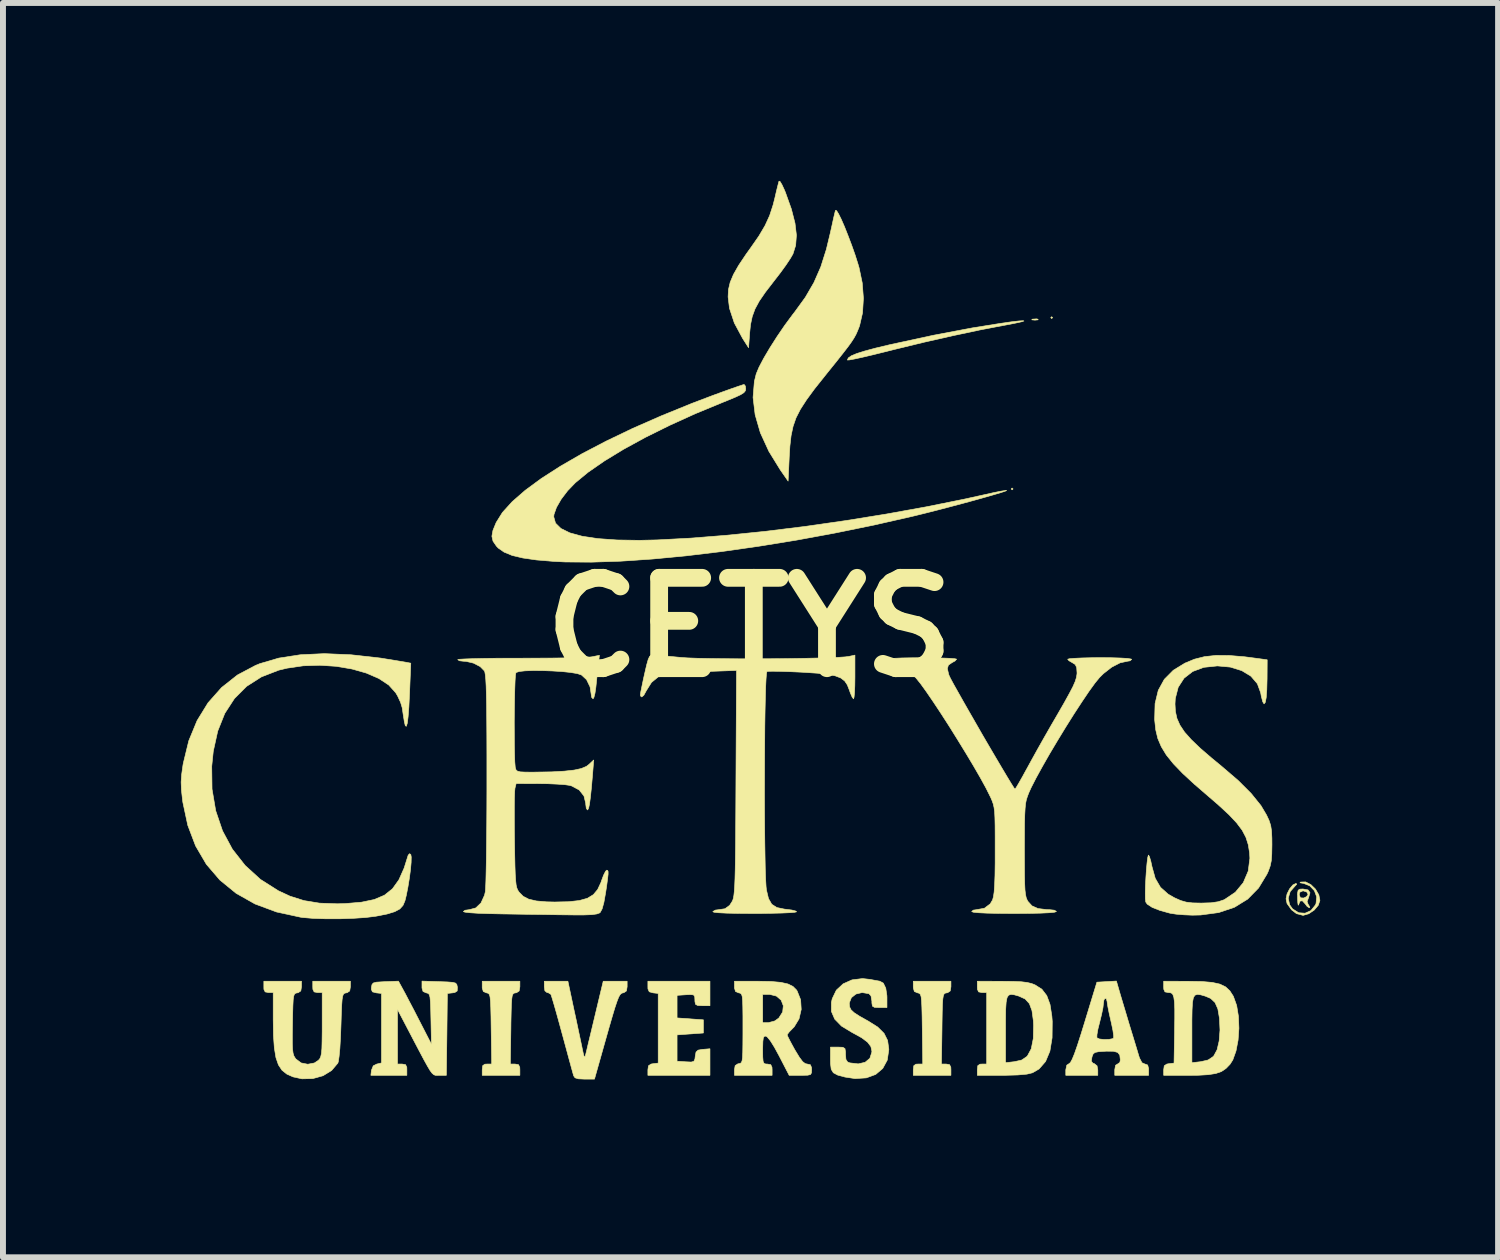
<source format=kicad_pcb>
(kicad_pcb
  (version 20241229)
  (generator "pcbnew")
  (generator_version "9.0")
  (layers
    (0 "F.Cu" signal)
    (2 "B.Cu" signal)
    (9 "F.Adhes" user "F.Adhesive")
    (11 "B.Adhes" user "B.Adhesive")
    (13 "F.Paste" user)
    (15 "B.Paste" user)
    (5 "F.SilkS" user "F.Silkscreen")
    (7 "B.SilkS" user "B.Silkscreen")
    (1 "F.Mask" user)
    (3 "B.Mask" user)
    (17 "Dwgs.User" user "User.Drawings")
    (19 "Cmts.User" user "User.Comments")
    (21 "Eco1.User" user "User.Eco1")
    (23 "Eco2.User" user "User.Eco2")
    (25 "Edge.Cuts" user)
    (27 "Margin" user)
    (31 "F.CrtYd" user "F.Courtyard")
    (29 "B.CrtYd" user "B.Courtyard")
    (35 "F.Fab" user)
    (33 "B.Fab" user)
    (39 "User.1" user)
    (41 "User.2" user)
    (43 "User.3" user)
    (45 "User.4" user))
  (footprint "CETYS"
    (layer "F.Cu")
    (at 9.591 7.53)
    (property "Reference" "CETYS" (at 0 0 0) (layer "F.SilkS") (effects (font (size 1.524 1.524) (thickness 0.3))))
    (attr through_hole)
    (fp_poly (pts (xy 4.445 -2.334) (xy 4.429 -2.318) (xy 4.413 -2.334) (xy 4.429 -2.349) (xy 4.445 -2.334)) (stroke (width 0.01) (type solid)) (fill yes) (layer "F.SilkS"))
    (fp_poly (pts (xy 5.112 -5.223) (xy 5.096 -5.207) (xy 5.08 -5.223) (xy 5.096 -5.239) (xy 5.112 -5.223)) (stroke (width 0.01) (type solid)) (fill yes) (layer "F.SilkS"))
    (fp_poly (pts (xy 4.866 -5.196) (xy 4.867 -5.186) (xy 4.818 -5.181) (xy 4.81 -5.181) (xy 4.761 -5.186) (xy 4.766 -5.196) (xy 4.771 -5.197) (xy 4.84 -5.202) (xy 4.866 -5.196)) (stroke (width 0.01) (type solid)) (fill yes) (layer "F.SilkS"))
    (fp_poly (pts (xy 4.628 -5.166) (xy 4.58 -5.151) (xy 4.47 -5.127) (xy 4.299 -5.094) (xy 4.286 -5.092) (xy 3.884 -5.015) (xy 3.433 -4.919) (xy 2.947 -4.809) (xy 2.437 -4.685) (xy 2.246 -4.637) (xy 2.063 -4.592) (xy 1.902 -4.554) (xy 1.774 -4.526) (xy 1.687 -4.51) (xy 1.651 -4.508) (xy 1.651 -4.508) (xy 1.666 -4.543) (xy 1.717 -4.579) (xy 1.807 -4.617) (xy 1.943 -4.66) (xy 2.13 -4.71) (xy 2.373 -4.768) (xy 2.397 -4.773) (xy 3.103 -4.926) (xy 3.759 -5.05) (xy 4.227 -5.125) (xy 4.414 -5.152) (xy 4.544 -5.167) (xy 4.616 -5.171) (xy 4.628 -5.166)) (stroke (width 0.01) (type solid)) (fill yes) (layer "F.SilkS"))
    (fp_poly (pts (xy 9.42 4.429) (xy 9.453 4.476) (xy 9.43 4.555) (xy 9.429 4.558) (xy 9.404 4.624) (xy 9.422 4.674) (xy 9.429 4.682) (xy 9.45 4.721) (xy 9.441 4.731) (xy 9.404 4.707) (xy 9.374 4.667) (xy 9.324 4.612) (xy 9.285 4.618) (xy 9.262 4.675) (xy 9.254 4.687) (xy 9.247 4.645) (xy 9.244 4.58) (xy 9.243 4.508) (xy 9.271 4.508) (xy 9.291 4.562) (xy 9.346 4.566) (xy 9.394 4.543) (xy 9.421 4.503) (xy 9.398 4.464) (xy 9.338 4.445) (xy 9.333 4.445) (xy 9.281 4.468) (xy 9.271 4.508) (xy 9.243 4.508) (xy 9.243 4.483) (xy 9.253 4.434) (xy 9.282 4.416) (xy 9.333 4.413) (xy 9.42 4.429)) (stroke (width 0.01) (type solid)) (fill yes) (layer "F.SilkS"))
    (fp_poly (pts (xy 9.467 4.339) (xy 9.546 4.416) (xy 9.602 4.513) (xy 9.62 4.605) (xy 9.593 4.687) (xy 9.524 4.769) (xy 9.432 4.831) (xy 9.338 4.858) (xy 9.335 4.858) (xy 9.225 4.829) (xy 9.142 4.765) (xy 9.066 4.659) (xy 9.049 4.579) (xy 9.066 4.496) (xy 9.109 4.411) (xy 9.164 4.345) (xy 9.217 4.319) (xy 9.218 4.319) (xy 9.229 4.334) (xy 9.205 4.359) (xy 9.119 4.457) (xy 9.086 4.568) (xy 9.109 4.679) (xy 9.158 4.748) (xy 9.261 4.814) (xy 9.369 4.822) (xy 9.468 4.778) (xy 9.543 4.684) (xy 9.555 4.657) (xy 9.566 4.547) (xy 9.527 4.442) (xy 9.449 4.36) (xy 9.344 4.318) (xy 9.319 4.315) (xy 9.284 4.308) (xy 9.296 4.296) (xy 9.379 4.294) (xy 9.467 4.339)) (stroke (width 0.01) (type solid)) (fill yes) (layer "F.SilkS"))
    (fp_poly (pts (xy -3.873 6.062) (xy -3.885 6.133) (xy -3.93 6.163) (xy -3.945 6.165) (xy -3.97 6.17) (xy -3.988 6.184) (xy -4.002 6.214) (xy -4.01 6.269) (xy -4.016 6.358) (xy -4.02 6.49) (xy -4.024 6.673) (xy -4.025 6.771) (xy -4.034 7.366) (xy -3.954 7.366) (xy -3.896 7.376) (xy -3.875 7.419) (xy -3.873 7.461) (xy -3.873 7.556) (xy -4.508 7.556) (xy -4.508 7.461) (xy -4.5 7.393) (xy -4.464 7.368) (xy -4.428 7.366) (xy -4.348 7.366) (xy -4.357 6.771) (xy -4.36 6.563) (xy -4.364 6.41) (xy -4.369 6.303) (xy -4.376 6.234) (xy -4.387 6.194) (xy -4.403 6.175) (xy -4.425 6.167) (xy -4.437 6.165) (xy -4.49 6.142) (xy -4.508 6.082) (xy -4.508 6.062) (xy -4.508 5.969) (xy -3.873 5.969) (xy -3.873 6.062)) (stroke (width 0.01) (type solid)) (fill yes) (layer "F.SilkS"))
    (fp_poly (pts (xy 3.397 6.062) (xy 3.385 6.133) (xy 3.341 6.163) (xy 3.326 6.165) (xy 3.301 6.17) (xy 3.282 6.184) (xy 3.269 6.214) (xy 3.26 6.269) (xy 3.254 6.358) (xy 3.25 6.49) (xy 3.247 6.673) (xy 3.246 6.771) (xy 3.237 7.366) (xy 3.317 7.366) (xy 3.374 7.376) (xy 3.395 7.419) (xy 3.397 7.461) (xy 3.397 7.556) (xy 2.762 7.556) (xy 2.762 7.461) (xy 2.771 7.393) (xy 2.807 7.368) (xy 2.842 7.366) (xy 2.922 7.366) (xy 2.914 6.771) (xy 2.911 6.563) (xy 2.907 6.41) (xy 2.902 6.303) (xy 2.895 6.234) (xy 2.883 6.194) (xy 2.867 6.175) (xy 2.845 6.167) (xy 2.834 6.165) (xy 2.78 6.142) (xy 2.763 6.082) (xy 2.762 6.062) (xy 2.762 5.969) (xy 3.397 5.969) (xy 3.397 6.062)) (stroke (width 0.01) (type solid)) (fill yes) (layer "F.SilkS"))
    (fp_poly (pts (xy -0.667 6.382) (xy -0.794 6.382) (xy -0.875 6.378) (xy -0.911 6.358) (xy -0.921 6.307) (xy -0.921 6.285) (xy -0.924 6.227) (xy -0.945 6.199) (xy -0.999 6.194) (xy -1.072 6.197) (xy -1.222 6.207) (xy -1.222 6.588) (xy -0.778 6.62) (xy -0.778 6.842) (xy -1.222 6.874) (xy -1.222 7.318) (xy -1.074 7.328) (xy -0.983 7.332) (xy -0.939 7.32) (xy -0.921 7.282) (xy -0.915 7.233) (xy -0.902 7.163) (xy -0.867 7.131) (xy -0.791 7.118) (xy -0.786 7.118) (xy -0.667 7.108) (xy -0.667 7.556) (xy -1.714 7.556) (xy -1.714 7.463) (xy -1.704 7.395) (xy -1.661 7.366) (xy -1.627 7.36) (xy -1.54 7.35) (xy -1.54 6.175) (xy -1.627 6.165) (xy -1.691 6.147) (xy -1.713 6.099) (xy -1.714 6.062) (xy -1.714 5.969) (xy -0.667 5.969) (xy -0.667 6.382)) (stroke (width 0.01) (type solid)) (fill yes) (layer "F.SilkS"))
    (fp_poly (pts (xy 0.514 -7.52) (xy 0.547 -7.466) (xy 0.59 -7.373) (xy 0.606 -7.334) (xy 0.706 -7.054) (xy 0.767 -6.816) (xy 0.791 -6.614) (xy 0.778 -6.441) (xy 0.733 -6.298) (xy 0.69 -6.223) (xy 0.617 -6.113) (xy 0.523 -5.983) (xy 0.418 -5.847) (xy 0.411 -5.838) (xy 0.269 -5.654) (xy 0.165 -5.503) (xy 0.093 -5.37) (xy 0.046 -5.242) (xy 0.017 -5.106) (xy 0.003 -4.97) (xy -0.016 -4.716) (xy -0.117 -4.874) (xy -0.256 -5.133) (xy -0.338 -5.381) (xy -0.361 -5.572) (xy -0.355 -5.696) (xy -0.326 -5.819) (xy -0.27 -5.952) (xy -0.183 -6.105) (xy -0.06 -6.289) (xy 0.018 -6.398) (xy 0.158 -6.599) (xy 0.262 -6.775) (xy 0.339 -6.943) (xy 0.398 -7.124) (xy 0.427 -7.239) (xy 0.455 -7.36) (xy 0.48 -7.46) (xy 0.496 -7.52) (xy 0.497 -7.525) (xy 0.514 -7.52)) (stroke (width 0.01) (type solid)) (fill yes) (layer "F.SilkS"))
    (fp_poly (pts (xy -2.96 6.453) (xy -2.92 6.637) (xy -2.883 6.813) (xy -2.85 6.967) (xy -2.826 7.081) (xy -2.82 7.112) (xy -2.799 7.208) (xy -2.785 7.248) (xy -2.773 7.238) (xy -2.76 7.191) (xy -2.745 7.13) (xy -2.719 7.019) (xy -2.683 6.871) (xy -2.641 6.696) (xy -2.602 6.533) (xy -2.467 5.969) (xy -2.064 5.969) (xy -2.064 6.062) (xy -2.076 6.133) (xy -2.12 6.163) (xy -2.135 6.165) (xy -2.159 6.173) (xy -2.182 6.195) (xy -2.207 6.238) (xy -2.235 6.31) (xy -2.271 6.417) (xy -2.316 6.567) (xy -2.374 6.767) (xy -2.411 6.898) (xy -2.615 7.62) (xy -2.782 7.62) (xy -2.886 7.615) (xy -2.942 7.598) (xy -2.966 7.564) (xy -2.979 7.518) (xy -3.006 7.42) (xy -3.044 7.281) (xy -3.09 7.111) (xy -3.142 6.92) (xy -3.157 6.865) (xy -3.21 6.671) (xy -3.258 6.498) (xy -3.299 6.355) (xy -3.33 6.251) (xy -3.348 6.196) (xy -3.35 6.19) (xy -3.396 6.162) (xy -3.415 6.16) (xy -3.451 6.131) (xy -3.461 6.064) (xy -3.461 5.969) (xy -3.063 5.969) (xy -2.96 6.453)) (stroke (width 0.01) (type solid)) (fill yes) (layer "F.SilkS"))
    (fp_poly (pts (xy 1.467 -7.029) (xy 1.501 -6.975) (xy 1.548 -6.88) (xy 1.603 -6.754) (xy 1.662 -6.605) (xy 1.723 -6.444) (xy 1.781 -6.28) (xy 1.831 -6.122) (xy 1.848 -6.064) (xy 1.901 -5.809) (xy 1.921 -5.549) (xy 1.906 -5.303) (xy 1.857 -5.09) (xy 1.848 -5.064) (xy 1.822 -4.999) (xy 1.796 -4.94) (xy 1.764 -4.882) (xy 1.721 -4.815) (xy 1.662 -4.733) (xy 1.58 -4.627) (xy 1.472 -4.49) (xy 1.33 -4.314) (xy 1.267 -4.235) (xy 1.094 -4.018) (xy 0.96 -3.835) (xy 0.858 -3.677) (xy 0.784 -3.532) (xy 0.734 -3.387) (xy 0.701 -3.232) (xy 0.681 -3.056) (xy 0.67 -2.876) (xy 0.651 -2.466) (xy 0.52 -2.654) (xy 0.326 -2.969) (xy 0.183 -3.281) (xy 0.095 -3.585) (xy 0.06 -3.876) (xy 0.082 -4.147) (xy 0.113 -4.273) (xy 0.16 -4.386) (xy 0.24 -4.538) (xy 0.344 -4.714) (xy 0.465 -4.904) (xy 0.596 -5.096) (xy 0.729 -5.276) (xy 0.762 -5.318) (xy 0.942 -5.566) (xy 1.086 -5.814) (xy 1.202 -6.078) (xy 1.296 -6.374) (xy 1.363 -6.652) (xy 1.394 -6.792) (xy 1.421 -6.915) (xy 1.442 -7.002) (xy 1.45 -7.032) (xy 1.467 -7.029)) (stroke (width 0.01) (type solid)) (fill yes) (layer "F.SilkS"))
    (fp_poly (pts (xy 4.262 5.97) (xy 4.448 5.972) (xy 4.584 5.978) (xy 4.683 5.99) (xy 4.761 6.009) (xy 4.816 6.031) (xy 4.931 6.104) (xy 5.013 6.211) (xy 5.068 6.359) (xy 5.099 6.556) (xy 5.106 6.648) (xy 5.103 6.924) (xy 5.066 7.149) (xy 4.993 7.323) (xy 4.883 7.449) (xy 4.773 7.513) (xy 4.678 7.536) (xy 4.523 7.55) (xy 4.306 7.556) (xy 4.256 7.556) (xy 3.842 7.556) (xy 3.842 7.461) (xy 3.85 7.393) (xy 3.887 7.368) (xy 3.921 7.366) (xy 4 7.366) (xy 4 6.782) (xy 4.318 6.782) (xy 4.318 7.343) (xy 4.468 7.326) (xy 4.591 7.298) (xy 4.676 7.24) (xy 4.688 7.227) (xy 4.752 7.108) (xy 4.786 6.936) (xy 4.791 6.711) (xy 4.787 6.634) (xy 4.764 6.465) (xy 4.72 6.346) (xy 4.648 6.268) (xy 4.543 6.22) (xy 4.466 6.198) (xy 4.409 6.191) (xy 4.369 6.205) (xy 4.343 6.247) (xy 4.328 6.326) (xy 4.32 6.449) (xy 4.318 6.622) (xy 4.318 6.782) (xy 4 6.782) (xy 4 6.16) (xy 3.921 6.16) (xy 3.864 6.149) (xy 3.844 6.106) (xy 3.842 6.064) (xy 3.842 5.969) (xy 4.262 5.97)) (stroke (width 0.01) (type solid)) (fill yes) (layer "F.SilkS"))
    (fp_poly (pts (xy 7.406 5.97) (xy 7.632 5.974) (xy 7.804 5.989) (xy 7.934 6.018) (xy 8.029 6.064) (xy 8.101 6.131) (xy 8.159 6.221) (xy 8.162 6.228) (xy 8.216 6.378) (xy 8.246 6.562) (xy 8.254 6.762) (xy 8.24 6.962) (xy 8.205 7.145) (xy 8.151 7.296) (xy 8.103 7.371) (xy 8.035 7.441) (xy 7.959 7.492) (xy 7.864 7.525) (xy 7.738 7.545) (xy 7.569 7.555) (xy 7.399 7.556) (xy 6.985 7.556) (xy 6.985 7.463) (xy 6.995 7.395) (xy 7.038 7.366) (xy 7.072 7.36) (xy 7.16 7.35) (xy 7.169 6.826) (xy 7.169 6.782) (xy 7.461 6.782) (xy 7.461 7.343) (xy 7.611 7.326) (xy 7.735 7.297) (xy 7.819 7.24) (xy 7.831 7.227) (xy 7.886 7.125) (xy 7.921 6.976) (xy 7.935 6.793) (xy 7.926 6.594) (xy 7.899 6.436) (xy 7.851 6.328) (xy 7.776 6.258) (xy 7.686 6.22) (xy 7.609 6.198) (xy 7.553 6.191) (xy 7.512 6.205) (xy 7.486 6.247) (xy 7.471 6.326) (xy 7.464 6.449) (xy 7.461 6.622) (xy 7.461 6.782) (xy 7.169 6.782) (xy 7.172 6.604) (xy 7.172 6.437) (xy 7.167 6.318) (xy 7.156 6.239) (xy 7.139 6.191) (xy 7.113 6.167) (xy 7.078 6.16) (xy 7.064 6.16) (xy 7.007 6.149) (xy 6.987 6.105) (xy 6.985 6.064) (xy 6.985 5.969) (xy 7.406 5.97)) (stroke (width 0.01) (type solid)) (fill yes) (layer "F.SilkS"))
    (fp_poly (pts (xy -5.231 5.976) (xy -5.093 5.981) (xy -5.007 5.988) (xy -4.959 6) (xy -4.937 6.023) (xy -4.929 6.059) (xy -4.927 6.07) (xy -4.93 6.133) (xy -4.97 6.159) (xy -5.007 6.165) (xy -5.096 6.175) (xy -5.104 6.866) (xy -5.113 7.556) (xy -5.231 7.556) (xy -5.268 7.557) (xy -5.298 7.556) (xy -5.324 7.546) (xy -5.353 7.521) (xy -5.387 7.476) (xy -5.431 7.402) (xy -5.49 7.296) (xy -5.568 7.149) (xy -5.67 6.955) (xy -5.733 6.834) (xy -5.937 6.445) (xy -5.937 7.366) (xy -5.858 7.366) (xy -5.801 7.376) (xy -5.78 7.42) (xy -5.779 7.461) (xy -5.779 7.556) (xy -6.386 7.556) (xy -6.376 7.47) (xy -6.346 7.396) (xy -6.287 7.366) (xy -6.207 7.347) (xy -6.207 6.175) (xy -6.296 6.165) (xy -6.36 6.148) (xy -6.378 6.105) (xy -6.376 6.07) (xy -6.367 6.025) (xy -6.345 5.999) (xy -6.294 5.985) (xy -6.2 5.979) (xy -6.144 5.976) (xy -5.921 5.968) (xy -5.847 6.103) (xy -5.804 6.182) (xy -5.741 6.303) (xy -5.664 6.449) (xy -5.583 6.607) (xy -5.568 6.636) (xy -5.364 7.033) (xy -5.373 6.604) (xy -5.377 6.432) (xy -5.382 6.313) (xy -5.389 6.237) (xy -5.401 6.194) (xy -5.42 6.174) (xy -5.447 6.166) (xy -5.453 6.165) (xy -5.506 6.142) (xy -5.524 6.083) (xy -5.524 6.061) (xy -5.524 5.967) (xy -5.231 5.976)) (stroke (width 0.01) (type solid)) (fill yes) (layer "F.SilkS"))
    (fp_poly (pts (xy 2.032 5.938) (xy 2.122 5.955) (xy 2.184 5.966) (xy 2.196 5.968) (xy 2.257 6.001) (xy 2.298 6.086) (xy 2.317 6.212) (xy 2.318 6.241) (xy 2.318 6.413) (xy 2.191 6.413) (xy 2.109 6.41) (xy 2.073 6.389) (xy 2.064 6.336) (xy 2.064 6.306) (xy 2.049 6.216) (xy 2.014 6.179) (xy 1.899 6.16) (xy 1.795 6.185) (xy 1.718 6.246) (xy 1.683 6.334) (xy 1.683 6.348) (xy 1.689 6.404) (xy 1.713 6.452) (xy 1.766 6.501) (xy 1.856 6.559) (xy 1.993 6.636) (xy 1.997 6.638) (xy 2.161 6.741) (xy 2.269 6.848) (xy 2.329 6.968) (xy 2.349 7.113) (xy 2.349 7.125) (xy 2.323 7.3) (xy 2.247 7.44) (xy 2.128 7.541) (xy 1.97 7.599) (xy 1.78 7.611) (xy 1.609 7.585) (xy 1.487 7.552) (xy 1.414 7.513) (xy 1.378 7.454) (xy 1.366 7.357) (xy 1.365 7.286) (xy 1.365 7.08) (xy 1.492 7.08) (xy 1.574 7.083) (xy 1.61 7.105) (xy 1.619 7.162) (xy 1.619 7.204) (xy 1.626 7.288) (xy 1.654 7.331) (xy 1.691 7.346) (xy 1.834 7.363) (xy 1.95 7.336) (xy 2.03 7.269) (xy 2.063 7.166) (xy 2.064 7.149) (xy 2.047 7.071) (xy 1.992 6.998) (xy 1.891 6.922) (xy 1.737 6.837) (xy 1.726 6.831) (xy 1.551 6.725) (xy 1.437 6.608) (xy 1.381 6.478) (xy 1.381 6.328) (xy 1.395 6.264) (xy 1.464 6.12) (xy 1.579 6.013) (xy 1.729 5.946) (xy 1.906 5.924) (xy 2.032 5.938)) (stroke (width 0.01) (type solid)) (fill yes) (layer "F.SilkS"))
    (fp_poly (pts (xy -7.556 6.062) (xy -7.568 6.133) (xy -7.613 6.163) (xy -7.628 6.165) (xy -7.655 6.171) (xy -7.674 6.186) (xy -7.687 6.219) (xy -7.696 6.281) (xy -7.701 6.379) (xy -7.705 6.524) (xy -7.708 6.686) (xy -7.711 6.879) (xy -7.711 7.018) (xy -7.707 7.116) (xy -7.698 7.183) (xy -7.684 7.229) (xy -7.662 7.265) (xy -7.65 7.281) (xy -7.562 7.347) (xy -7.45 7.369) (xy -7.339 7.348) (xy -7.271 7.303) (xy -7.247 7.275) (xy -7.231 7.239) (xy -7.219 7.184) (xy -7.212 7.101) (xy -7.209 6.98) (xy -7.207 6.81) (xy -7.207 6.699) (xy -7.207 6.16) (xy -7.287 6.16) (xy -7.343 6.149) (xy -7.364 6.106) (xy -7.366 6.064) (xy -7.366 5.969) (xy -6.731 5.969) (xy -6.731 6.062) (xy -6.743 6.133) (xy -6.787 6.163) (xy -6.802 6.165) (xy -6.828 6.171) (xy -6.847 6.185) (xy -6.861 6.218) (xy -6.871 6.277) (xy -6.878 6.371) (xy -6.884 6.511) (xy -6.89 6.703) (xy -6.891 6.731) (xy -6.899 6.93) (xy -6.909 7.102) (xy -6.922 7.237) (xy -6.935 7.325) (xy -6.943 7.35) (xy -7.048 7.474) (xy -7.193 7.563) (xy -7.365 7.611) (xy -7.548 7.615) (xy -7.699 7.582) (xy -7.804 7.535) (xy -7.885 7.47) (xy -7.945 7.38) (xy -7.987 7.258) (xy -8.014 7.094) (xy -8.029 6.883) (xy -8.033 6.618) (xy -8.033 6.16) (xy -8.112 6.16) (xy -8.169 6.149) (xy -8.19 6.106) (xy -8.191 6.064) (xy -8.191 5.969) (xy -7.556 5.969) (xy -7.556 6.062)) (stroke (width 0.01) (type solid)) (fill yes) (layer "F.SilkS"))
    (fp_poly (pts (xy 6.255 6.198) (xy 6.294 6.328) (xy 6.346 6.501) (xy 6.404 6.696) (xy 6.465 6.895) (xy 6.521 7.079) (xy 6.566 7.229) (xy 6.577 7.263) (xy 6.619 7.344) (xy 6.67 7.366) (xy 6.715 7.382) (xy 6.731 7.441) (xy 6.731 7.461) (xy 6.731 7.556) (xy 6.16 7.556) (xy 6.16 7.461) (xy 6.174 7.386) (xy 6.207 7.366) (xy 6.246 7.339) (xy 6.254 7.295) (xy 6.245 7.216) (xy 6.21 7.17) (xy 6.138 7.15) (xy 6.016 7.149) (xy 6 7.15) (xy 5.89 7.157) (xy 5.827 7.17) (xy 5.795 7.196) (xy 5.777 7.242) (xy 5.775 7.25) (xy 5.765 7.318) (xy 5.79 7.35) (xy 5.812 7.357) (xy 5.861 7.395) (xy 5.874 7.465) (xy 5.874 7.556) (xy 5.334 7.556) (xy 5.334 7.464) (xy 5.351 7.385) (xy 5.388 7.36) (xy 5.412 7.341) (xy 5.442 7.286) (xy 5.481 7.191) (xy 5.53 7.051) (xy 5.572 6.92) (xy 5.858 6.92) (xy 5.859 6.923) (xy 5.901 6.943) (xy 5.977 6.952) (xy 6.061 6.95) (xy 6.125 6.938) (xy 6.141 6.926) (xy 6.141 6.885) (xy 6.129 6.799) (xy 6.105 6.683) (xy 6.095 6.639) (xy 6.066 6.511) (xy 6.044 6.401) (xy 6.033 6.328) (xy 6.032 6.316) (xy 6.019 6.266) (xy 6.001 6.255) (xy 5.978 6.282) (xy 5.969 6.343) (xy 5.961 6.417) (xy 5.938 6.528) (xy 5.907 6.654) (xy 5.905 6.662) (xy 5.876 6.777) (xy 5.86 6.869) (xy 5.858 6.92) (xy 5.572 6.92) (xy 5.592 6.858) (xy 5.651 6.667) (xy 5.859 5.985) (xy 6.188 5.966) (xy 6.255 6.198)) (stroke (width 0.01) (type solid)) (fill yes) (layer "F.SilkS"))
    (fp_poly (pts (xy -0.07 -4.069) (xy -0.064 -4.022) (xy -0.07 -3.989) (xy -0.095 -3.958) (xy -0.148 -3.924) (xy -0.238 -3.882) (xy -0.375 -3.825) (xy -0.452 -3.794) (xy -0.912 -3.604) (xy -1.348 -3.406) (xy -1.754 -3.205) (xy -2.122 -3.004) (xy -2.447 -2.806) (xy -2.723 -2.615) (xy -2.938 -2.438) (xy -3.067 -2.304) (xy -3.176 -2.161) (xy -3.256 -2.022) (xy -3.298 -1.903) (xy -3.302 -1.864) (xy -3.272 -1.757) (xy -3.181 -1.667) (xy -3.031 -1.593) (xy -2.823 -1.536) (xy -2.557 -1.496) (xy -2.235 -1.473) (xy -1.858 -1.467) (xy -1.556 -1.474) (xy -0.991 -1.504) (xy -0.378 -1.553) (xy 0.27 -1.619) (xy 0.942 -1.702) (xy 1.624 -1.8) (xy 2.306 -1.91) (xy 2.975 -2.031) (xy 3.619 -2.161) (xy 3.981 -2.241) (xy 4.12 -2.272) (xy 4.234 -2.295) (xy 4.312 -2.307) (xy 4.338 -2.308) (xy 4.313 -2.296) (xy 4.236 -2.271) (xy 4.115 -2.235) (xy 3.959 -2.19) (xy 3.777 -2.139) (xy 3.578 -2.085) (xy 3.371 -2.03) (xy 3.164 -1.976) (xy 2.967 -1.926) (xy 2.789 -1.882) (xy 2.747 -1.872) (xy 2.096 -1.724) (xy 1.441 -1.59) (xy 0.79 -1.47) (xy 0.149 -1.366) (xy -0.474 -1.277) (xy -1.074 -1.205) (xy -1.644 -1.151) (xy -2.177 -1.115) (xy -2.666 -1.099) (xy -3.106 -1.102) (xy -3.304 -1.112) (xy -3.592 -1.136) (xy -3.822 -1.169) (xy -4.003 -1.212) (xy -4.139 -1.268) (xy -4.238 -1.337) (xy -4.269 -1.37) (xy -4.326 -1.453) (xy -4.345 -1.536) (xy -4.327 -1.635) (xy -4.273 -1.767) (xy -4.167 -1.937) (xy -4.002 -2.119) (xy -3.782 -2.311) (xy -3.51 -2.511) (xy -3.189 -2.717) (xy -2.824 -2.928) (xy -2.416 -3.141) (xy -1.97 -3.355) (xy -1.489 -3.566) (xy -0.976 -3.775) (xy -0.631 -3.906) (xy -0.462 -3.968) (xy -0.312 -4.022) (xy -0.194 -4.063) (xy -0.116 -4.089) (xy -0.091 -4.096) (xy -0.07 -4.069)) (stroke (width 0.01) (type solid)) (fill yes) (layer "F.SilkS"))
    (fp_poly (pts (xy 0.362 5.973) (xy 0.527 5.988) (xy 0.648 6.015) (xy 0.733 6.057) (xy 0.792 6.116) (xy 0.803 6.133) (xy 0.862 6.281) (xy 0.872 6.445) (xy 0.835 6.604) (xy 0.754 6.738) (xy 0.727 6.765) (xy 0.669 6.825) (xy 0.637 6.868) (xy 0.635 6.875) (xy 0.65 6.911) (xy 0.689 6.988) (xy 0.745 7.091) (xy 0.768 7.132) (xy 0.841 7.252) (xy 0.896 7.325) (xy 0.941 7.359) (xy 0.975 7.366) (xy 1.027 7.378) (xy 1.046 7.425) (xy 1.048 7.461) (xy 1.045 7.514) (xy 1.028 7.543) (xy 0.98 7.554) (xy 0.887 7.556) (xy 0.858 7.556) (xy 0.669 7.556) (xy 0.501 7.231) (xy 0.42 7.082) (xy 0.351 6.972) (xy 0.298 6.908) (xy 0.278 6.895) (xy 0.249 6.897) (xy 0.233 6.924) (xy 0.225 6.987) (xy 0.222 7.1) (xy 0.222 7.126) (xy 0.223 7.247) (xy 0.229 7.319) (xy 0.244 7.354) (xy 0.273 7.365) (xy 0.302 7.366) (xy 0.358 7.376) (xy 0.379 7.42) (xy 0.381 7.461) (xy 0.381 7.556) (xy -0.254 7.556) (xy -0.254 7.463) (xy -0.242 7.392) (xy -0.198 7.363) (xy -0.183 7.36) (xy -0.157 7.355) (xy -0.139 7.342) (xy -0.126 7.313) (xy -0.118 7.258) (xy -0.114 7.17) (xy -0.112 7.039) (xy -0.111 6.856) (xy -0.111 6.763) (xy -0.111 6.557) (xy -0.113 6.405) (xy -0.116 6.3) (xy -0.122 6.232) (xy -0.133 6.193) (xy -0.135 6.191) (xy 0.222 6.191) (xy 0.222 6.668) (xy 0.319 6.668) (xy 0.428 6.638) (xy 0.494 6.59) (xy 0.559 6.488) (xy 0.57 6.383) (xy 0.534 6.289) (xy 0.455 6.22) (xy 0.341 6.191) (xy 0.333 6.191) (xy 0.222 6.191) (xy -0.135 6.191) (xy -0.149 6.174) (xy -0.171 6.167) (xy -0.183 6.165) (xy -0.236 6.142) (xy -0.254 6.082) (xy -0.254 6.062) (xy -0.254 5.969) (xy 0.144 5.969) (xy 0.362 5.973)) (stroke (width 0.01) (type solid)) (fill yes) (layer "F.SilkS"))
    (fp_poly (pts (xy -6.72 0.463) (xy -6.221 0.519) (xy -5.785 0.591) (xy -5.713 0.605) (xy -5.734 1.12) (xy -5.745 1.342) (xy -5.758 1.508) (xy -5.772 1.618) (xy -5.788 1.669) (xy -5.805 1.66) (xy -5.822 1.59) (xy -5.824 1.576) (xy -5.842 1.463) (xy -5.858 1.355) (xy -5.885 1.266) (xy -5.935 1.158) (xy -5.967 1.104) (xy -6.084 0.974) (xy -6.252 0.863) (xy -6.462 0.772) (xy -6.705 0.703) (xy -6.969 0.658) (xy -7.246 0.64) (xy -7.526 0.649) (xy -7.799 0.689) (xy -7.941 0.723) (xy -8.232 0.836) (xy -8.481 0.995) (xy -8.687 1.201) (xy -8.85 1.452) (xy -8.969 1.75) (xy -9.044 2.091) (xy -9.07 2.344) (xy -9.065 2.729) (xy -9.003 3.094) (xy -8.888 3.433) (xy -8.722 3.742) (xy -8.507 4.016) (xy -8.248 4.252) (xy -7.945 4.444) (xy -7.751 4.534) (xy -7.515 4.609) (xy -7.252 4.652) (xy -6.95 4.663) (xy -6.815 4.659) (xy -6.545 4.636) (xy -6.329 4.591) (xy -6.157 4.518) (xy -6.021 4.409) (xy -5.913 4.258) (xy -5.825 4.06) (xy -5.757 3.844) (xy -5.734 3.818) (xy -5.713 3.831) (xy -5.705 3.874) (xy -5.707 3.965) (xy -5.718 4.089) (xy -5.737 4.232) (xy -5.761 4.38) (xy -5.788 4.518) (xy -5.811 4.612) (xy -5.844 4.69) (xy -5.898 4.75) (xy -5.984 4.796) (xy -6.112 4.835) (xy -6.293 4.871) (xy -6.304 4.873) (xy -6.471 4.894) (xy -6.68 4.908) (xy -6.911 4.916) (xy -7.144 4.916) (xy -7.36 4.909) (xy -7.537 4.894) (xy -7.572 4.889) (xy -7.977 4.801) (xy -8.34 4.666) (xy -8.659 4.486) (xy -8.933 4.262) (xy -9.161 3.996) (xy -9.342 3.687) (xy -9.474 3.339) (xy -9.557 2.951) (xy -9.563 2.906) (xy -9.581 2.742) (xy -9.586 2.61) (xy -9.577 2.48) (xy -9.555 2.324) (xy -9.549 2.291) (xy -9.457 1.914) (xy -9.317 1.574) (xy -9.132 1.273) (xy -8.904 1.016) (xy -8.636 0.804) (xy -8.33 0.642) (xy -8.259 0.613) (xy -7.939 0.519) (xy -7.577 0.463) (xy -7.171 0.444) (xy -6.72 0.463)) (stroke (width 0.01) (type solid)) (fill yes) (layer "F.SilkS"))
    (fp_poly (pts (xy 8.087 0.475) (xy 8.351 0.497) (xy 8.58 0.527) (xy 8.731 0.548) (xy 8.729 0.869) (xy 8.724 1.054) (xy 8.714 1.188) (xy 8.698 1.267) (xy 8.678 1.291) (xy 8.656 1.256) (xy 8.631 1.16) (xy 8.621 1.103) (xy 8.565 0.951) (xy 8.457 0.825) (xy 8.303 0.731) (xy 8.11 0.671) (xy 7.89 0.651) (xy 7.662 0.675) (xy 7.474 0.745) (xy 7.329 0.858) (xy 7.23 1.011) (xy 7.181 1.201) (xy 7.176 1.293) (xy 7.183 1.42) (xy 7.209 1.537) (xy 7.259 1.65) (xy 7.337 1.767) (xy 7.45 1.894) (xy 7.601 2.039) (xy 7.796 2.207) (xy 7.96 2.342) (xy 8.24 2.582) (xy 8.461 2.803) (xy 8.625 3.006) (xy 8.72 3.166) (xy 8.763 3.259) (xy 8.79 3.342) (xy 8.804 3.434) (xy 8.81 3.556) (xy 8.811 3.667) (xy 8.808 3.824) (xy 8.8 3.937) (xy 8.781 4.027) (xy 8.749 4.115) (xy 8.727 4.163) (xy 8.585 4.397) (xy 8.402 4.584) (xy 8.178 4.722) (xy 7.913 4.811) (xy 7.608 4.852) (xy 7.468 4.855) (xy 7.329 4.849) (xy 7.196 4.838) (xy 7.098 4.823) (xy 7.096 4.823) (xy 6.925 4.776) (xy 6.792 4.724) (xy 6.708 4.669) (xy 6.683 4.633) (xy 6.676 4.579) (xy 6.675 4.482) (xy 6.678 4.359) (xy 6.685 4.223) (xy 6.694 4.088) (xy 6.705 3.97) (xy 6.716 3.884) (xy 6.727 3.843) (xy 6.73 3.842) (xy 6.746 3.87) (xy 6.768 3.945) (xy 6.788 4.037) (xy 6.843 4.234) (xy 6.931 4.385) (xy 7.061 4.501) (xy 7.166 4.561) (xy 7.271 4.608) (xy 7.365 4.635) (xy 7.472 4.648) (xy 7.618 4.651) (xy 7.62 4.651) (xy 7.785 4.646) (xy 7.906 4.628) (xy 8.001 4.596) (xy 8.013 4.59) (xy 8.194 4.468) (xy 8.328 4.306) (xy 8.411 4.112) (xy 8.439 3.895) (xy 8.434 3.805) (xy 8.412 3.667) (xy 8.372 3.542) (xy 8.309 3.422) (xy 8.215 3.297) (xy 8.086 3.16) (xy 7.915 3.002) (xy 7.751 2.86) (xy 7.504 2.647) (xy 7.305 2.463) (xy 7.149 2.301) (xy 7.03 2.153) (xy 6.945 2.013) (xy 6.886 1.874) (xy 6.851 1.728) (xy 6.834 1.569) (xy 6.833 1.551) (xy 6.84 1.286) (xy 6.894 1.063) (xy 6.996 0.877) (xy 7.148 0.724) (xy 7.344 0.604) (xy 7.503 0.538) (xy 7.673 0.495) (xy 7.864 0.474) (xy 8.087 0.475)) (stroke (width 0.01) (type solid)) (fill yes) (layer "F.SilkS"))
    (fp_poly (pts (xy -1.618 0.466) (xy -1.556 0.471) (xy -1.447 0.481) (xy -1.306 0.494) (xy -1.159 0.508) (xy -1.045 0.516) (xy -0.883 0.522) (xy -0.682 0.526) (xy -0.449 0.529) (xy -0.193 0.531) (xy 0.076 0.531) (xy 0.35 0.53) (xy 0.621 0.528) (xy 0.879 0.524) (xy 1.116 0.519) (xy 1.323 0.514) (xy 1.492 0.507) (xy 1.614 0.499) (xy 1.675 0.491) (xy 1.778 0.469) (xy 1.778 0.838) (xy 1.776 0.982) (xy 1.771 1.1) (xy 1.763 1.179) (xy 1.754 1.206) (xy 1.732 1.179) (xy 1.701 1.108) (xy 1.683 1.056) (xy 1.649 0.97) (xy 1.605 0.905) (xy 1.54 0.855) (xy 1.447 0.819) (xy 1.317 0.793) (xy 1.142 0.774) (xy 0.914 0.759) (xy 0.859 0.756) (xy 0.681 0.748) (xy 0.523 0.743) (xy 0.399 0.741) (xy 0.318 0.742) (xy 0.294 0.745) (xy 0.286 0.779) (xy 0.279 0.869) (xy 0.272 1.009) (xy 0.267 1.193) (xy 0.262 1.412) (xy 0.258 1.661) (xy 0.256 1.932) (xy 0.254 2.218) (xy 0.253 2.514) (xy 0.252 2.811) (xy 0.253 3.103) (xy 0.255 3.384) (xy 0.258 3.646) (xy 0.262 3.882) (xy 0.266 4.087) (xy 0.272 4.252) (xy 0.279 4.371) (xy 0.285 4.428) (xy 0.32 4.575) (xy 0.375 4.671) (xy 0.461 4.726) (xy 0.59 4.753) (xy 0.617 4.756) (xy 0.713 4.768) (xy 0.778 4.785) (xy 0.794 4.798) (xy 0.763 4.806) (xy 0.679 4.813) (xy 0.548 4.819) (xy 0.381 4.823) (xy 0.186 4.826) (xy 0.078 4.826) (xy -0.181 4.825) (xy -0.382 4.821) (xy -0.522 4.814) (xy -0.601 4.805) (xy -0.619 4.794) (xy -0.575 4.769) (xy -0.525 4.763) (xy -0.413 4.746) (xy -0.335 4.689) (xy -0.293 4.624) (xy -0.281 4.598) (xy -0.271 4.564) (xy -0.263 4.516) (xy -0.256 4.45) (xy -0.25 4.359) (xy -0.245 4.24) (xy -0.241 4.087) (xy -0.238 3.896) (xy -0.235 3.661) (xy -0.233 3.377) (xy -0.231 3.041) (xy -0.229 2.646) (xy -0.229 2.625) (xy -0.219 0.727) (xy -0.737 0.746) (xy -0.923 0.753) (xy -1.097 0.762) (xy -1.245 0.77) (xy -1.352 0.778) (xy -1.388 0.781) (xy -1.531 0.829) (xy -1.653 0.929) (xy -1.742 1.071) (xy -1.745 1.077) (xy -1.783 1.146) (xy -1.818 1.175) (xy -1.839 1.157) (xy -1.841 1.135) (xy -1.834 1.089) (xy -1.815 0.996) (xy -1.789 0.871) (xy -1.768 0.778) (xy -1.735 0.635) (xy -1.709 0.543) (xy -1.686 0.492) (xy -1.661 0.469) (xy -1.627 0.465) (xy -1.618 0.466)) (stroke (width 0.01) (type solid)) (fill yes) (layer "F.SilkS"))
    (fp_poly (pts (xy 6.103 0.513) (xy 6.262 0.518) (xy 6.375 0.525) (xy 6.437 0.535) (xy 6.445 0.541) (xy 6.418 0.565) (xy 6.374 0.572) (xy 6.25 0.599) (xy 6.11 0.671) (xy 5.97 0.78) (xy 5.904 0.845) (xy 5.827 0.939) (xy 5.725 1.08) (xy 5.605 1.258) (xy 5.472 1.462) (xy 5.333 1.683) (xy 5.194 1.911) (xy 5.06 2.136) (xy 4.938 2.35) (xy 4.833 2.541) (xy 4.751 2.701) (xy 4.709 2.794) (xy 4.687 2.852) (xy 4.669 2.908) (xy 4.656 2.973) (xy 4.648 3.054) (xy 4.642 3.162) (xy 4.638 3.305) (xy 4.637 3.493) (xy 4.636 3.735) (xy 4.636 3.747) (xy 4.637 3.992) (xy 4.638 4.182) (xy 4.641 4.325) (xy 4.646 4.43) (xy 4.655 4.505) (xy 4.666 4.558) (xy 4.682 4.598) (xy 4.696 4.623) (xy 4.764 4.698) (xy 4.865 4.743) (xy 5.011 4.761) (xy 5.068 4.763) (xy 5.14 4.771) (xy 5.175 4.791) (xy 5.175 4.794) (xy 5.144 4.805) (xy 5.053 4.814) (xy 4.904 4.821) (xy 4.701 4.825) (xy 4.461 4.826) (xy 4.21 4.825) (xy 4.009 4.821) (xy 3.863 4.814) (xy 3.775 4.805) (xy 3.747 4.794) (xy 3.774 4.77) (xy 3.824 4.763) (xy 3.962 4.738) (xy 4.06 4.664) (xy 4.099 4.598) (xy 4.114 4.545) (xy 4.126 4.463) (xy 4.134 4.346) (xy 4.14 4.185) (xy 4.143 3.974) (xy 4.143 3.762) (xy 4.143 3.529) (xy 4.142 3.349) (xy 4.139 3.213) (xy 4.134 3.113) (xy 4.124 3.037) (xy 4.11 2.977) (xy 4.091 2.924) (xy 4.066 2.866) (xy 4.057 2.848) (xy 3.988 2.71) (xy 3.893 2.537) (xy 3.778 2.338) (xy 3.648 2.121) (xy 3.51 1.896) (xy 3.369 1.67) (xy 3.23 1.454) (xy 3.099 1.256) (xy 2.982 1.085) (xy 2.884 0.949) (xy 2.81 0.858) (xy 2.8 0.847) (xy 2.678 0.736) (xy 2.554 0.646) (xy 2.442 0.589) (xy 2.367 0.572) (xy 2.324 0.556) (xy 2.318 0.542) (xy 2.348 0.532) (xy 2.434 0.523) (xy 2.569 0.517) (xy 2.743 0.514) (xy 2.905 0.513) (xy 3.09 0.514) (xy 3.252 0.518) (xy 3.379 0.523) (xy 3.463 0.53) (xy 3.493 0.537) (xy 3.467 0.567) (xy 3.413 0.597) (xy 3.354 0.638) (xy 3.337 0.697) (xy 3.358 0.79) (xy 3.367 0.815) (xy 3.39 0.863) (xy 3.44 0.956) (xy 3.512 1.084) (xy 3.601 1.242) (xy 3.703 1.421) (xy 3.814 1.614) (xy 3.928 1.813) (xy 4.043 2.01) (xy 4.153 2.197) (xy 4.254 2.368) (xy 4.341 2.514) (xy 4.41 2.628) (xy 4.457 2.703) (xy 4.477 2.729) (xy 4.477 2.729) (xy 4.497 2.703) (xy 4.54 2.631) (xy 4.601 2.524) (xy 4.672 2.394) (xy 4.678 2.384) (xy 4.755 2.243) (xy 4.854 2.064) (xy 4.968 1.862) (xy 5.087 1.654) (xy 5.193 1.472) (xy 5.308 1.272) (xy 5.393 1.118) (xy 5.454 1.002) (xy 5.493 0.913) (xy 5.514 0.845) (xy 5.523 0.788) (xy 5.524 0.769) (xy 5.518 0.678) (xy 5.493 0.627) (xy 5.445 0.597) (xy 5.387 0.563) (xy 5.366 0.538) (xy 5.396 0.53) (xy 5.479 0.523) (xy 5.605 0.517) (xy 5.764 0.513) (xy 5.905 0.512) (xy 6.103 0.513)) (stroke (width 0.01) (type solid)) (fill yes) (layer "F.SilkS"))
    (fp_poly (pts (xy -2.551 0.641) (xy -2.566 0.771) (xy -2.582 0.923) (xy -2.591 1.008) (xy -2.606 1.111) (xy -2.624 1.182) (xy -2.639 1.206) (xy -2.663 1.18) (xy -2.667 1.151) (xy -2.689 1.005) (xy -2.748 0.883) (xy -2.835 0.803) (xy -2.835 0.803) (xy -2.906 0.78) (xy -3.021 0.761) (xy -3.165 0.746) (xy -3.327 0.736) (xy -3.493 0.73) (xy -3.65 0.729) (xy -3.785 0.734) (xy -3.885 0.745) (xy -3.938 0.763) (xy -3.94 0.766) (xy -3.948 0.809) (xy -3.954 0.904) (xy -3.959 1.041) (xy -3.963 1.21) (xy -3.966 1.398) (xy -3.968 1.596) (xy -3.967 1.793) (xy -3.966 1.978) (xy -3.963 2.14) (xy -3.959 2.268) (xy -3.952 2.352) (xy -3.949 2.373) (xy -3.937 2.406) (xy -3.913 2.426) (xy -3.866 2.438) (xy -3.783 2.442) (xy -3.651 2.443) (xy -3.608 2.442) (xy -3.337 2.438) (xy -3.123 2.426) (xy -2.959 2.408) (xy -2.838 2.382) (xy -2.752 2.346) (xy -2.713 2.317) (xy -2.628 2.238) (xy -2.648 2.492) (xy -2.667 2.71) (xy -2.684 2.871) (xy -2.699 2.982) (xy -2.713 3.048) (xy -2.728 3.077) (xy -2.734 3.08) (xy -2.753 3.052) (xy -2.762 2.983) (xy -2.762 2.97) (xy -2.792 2.845) (xy -2.873 2.743) (xy -2.998 2.676) (xy -3.032 2.666) (xy -3.114 2.654) (xy -3.242 2.645) (xy -3.397 2.638) (xy -3.547 2.636) (xy -3.936 2.635) (xy -3.956 2.715) (xy -3.961 2.768) (xy -3.965 2.875) (xy -3.967 3.026) (xy -3.967 3.211) (xy -3.966 3.421) (xy -3.964 3.586) (xy -3.96 3.832) (xy -3.956 4.023) (xy -3.951 4.166) (xy -3.944 4.271) (xy -3.936 4.345) (xy -3.924 4.396) (xy -3.908 4.434) (xy -3.887 4.465) (xy -3.886 4.467) (xy -3.817 4.537) (xy -3.724 4.585) (xy -3.596 4.615) (xy -3.423 4.63) (xy -3.286 4.633) (xy -3.051 4.628) (xy -2.87 4.608) (xy -2.734 4.57) (xy -2.634 4.509) (xy -2.561 4.422) (xy -2.506 4.304) (xy -2.497 4.276) (xy -2.461 4.18) (xy -2.428 4.115) (xy -2.409 4.096) (xy -2.393 4.1) (xy -2.385 4.119) (xy -2.385 4.164) (xy -2.394 4.245) (xy -2.411 4.372) (xy -2.427 4.475) (xy -2.456 4.64) (xy -2.486 4.749) (xy -2.518 4.808) (xy -2.528 4.817) (xy -2.574 4.834) (xy -2.658 4.846) (xy -2.79 4.851) (xy -2.975 4.851) (xy -3.046 4.85) (xy -3.231 4.848) (xy -3.46 4.844) (xy -3.71 4.841) (xy -3.963 4.837) (xy -4.167 4.834) (xy -4.394 4.829) (xy -4.578 4.823) (xy -4.715 4.814) (xy -4.8 4.804) (xy -4.826 4.794) (xy -4.798 4.772) (xy -4.732 4.763) (xy -4.729 4.763) (xy -4.617 4.733) (xy -4.529 4.649) (xy -4.469 4.518) (xy -4.455 4.457) (xy -4.451 4.396) (xy -4.446 4.279) (xy -4.442 4.11) (xy -4.438 3.898) (xy -4.435 3.647) (xy -4.432 3.366) (xy -4.43 3.059) (xy -4.429 2.734) (xy -4.429 2.556) (xy -4.429 2.162) (xy -4.43 1.828) (xy -4.432 1.548) (xy -4.434 1.318) (xy -4.438 1.133) (xy -4.442 0.989) (xy -4.448 0.882) (xy -4.455 0.807) (xy -4.463 0.758) (xy -4.471 0.735) (xy -4.543 0.662) (xy -4.655 0.604) (xy -4.782 0.574) (xy -4.825 0.572) (xy -4.892 0.564) (xy -4.921 0.546) (xy -4.921 0.545) (xy -4.891 0.539) (xy -4.804 0.534) (xy -4.668 0.529) (xy -4.491 0.525) (xy -4.28 0.522) (xy -4.042 0.521) (xy -3.85 0.521) (xy -3.589 0.52) (xy -3.344 0.519) (xy -3.123 0.516) (xy -2.935 0.512) (xy -2.787 0.507) (xy -2.689 0.501) (xy -2.655 0.497) (xy -2.532 0.472) (xy -2.551 0.641)) (stroke (width 0.01) (type solid)) (fill yes) (layer "F.SilkS")))
  (gr_rect
    (start -3 -3)
    (end 22.216 18.155)
    (stroke (width 0.1) (type default))
    (fill no)
    (layer "Edge.Cuts")))
</source>
